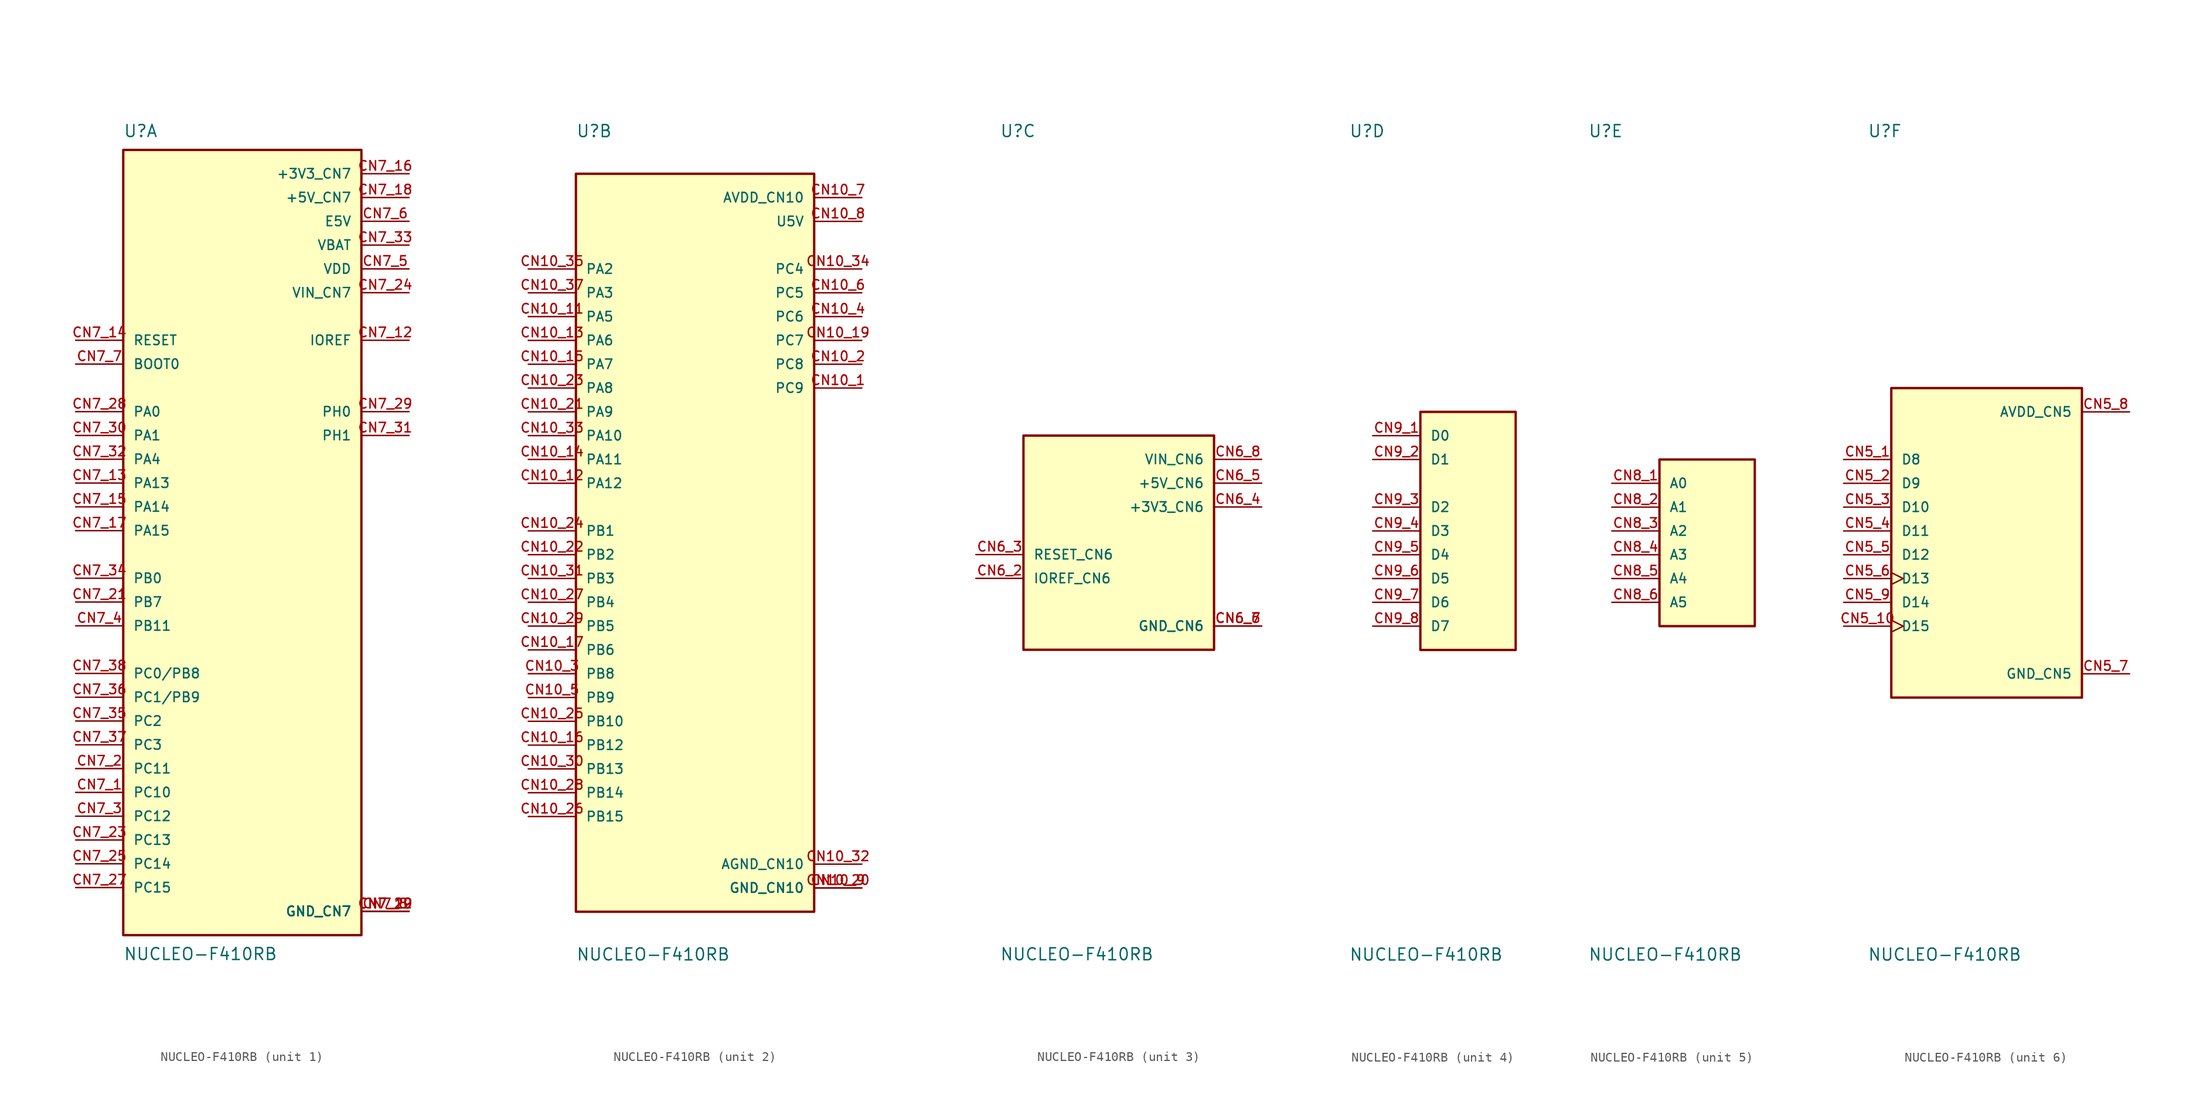
<source format=kicad_sym>
(kicad_symbol_lib
  (version 20211014)
  (generator kicad_symbol_editor)
  (symbol "NUCLEO-F410RB"
    (pin_names
      (offset 1.016))
    (property "Reference" "U"
      (at -12.7 41.91 0)
      (effects (font (size 1.27 1.27)) (justify bottom left)))
    (property "Value" "NUCLEO-F410RB"
      (at -12.7 -44.45 0.0)
      (effects (font (size 1.27 1.27)) (justify top left)))
    (symbol "NUCLEO-F410RB_1_0"
      (rectangle (start -12.7 -43.18) (end 12.7 40.64) (stroke (width 0.254)) (fill (type background)))
      (pin bidirectional line (at -17.78 -27.94 0) (length 5.08) (name "PC10" (effects (font (size 1.016 1.016)))) (number "CN7_1" (effects (font (size 1.016 1.016)))))
      (pin bidirectional line (at -17.78 -25.4 0) (length 5.08) (name "PC11" (effects (font (size 1.016 1.016)))) (number "CN7_2" (effects (font (size 1.016 1.016)))))
      (pin bidirectional line (at -17.78 -30.48 0) (length 5.08) (name "PC12" (effects (font (size 1.016 1.016)))) (number "CN7_3" (effects (font (size 1.016 1.016)))))
      (pin bidirectional line (at -17.78 -10.16 0) (length 5.08) (name "PB11" (effects (font (size 1.016 1.016)))) (number "CN7_4" (effects (font (size 1.016 1.016)))))
      (pin power_in line (at 17.78 27.94 180.0) (length 5.08) (name "VDD" (effects (font (size 1.016 1.016)))) (number "CN7_5" (effects (font (size 1.016 1.016)))))
      (pin power_in line (at 17.78 33.02 180.0) (length 5.08) (name "E5V" (effects (font (size 1.016 1.016)))) (number "CN7_6" (effects (font (size 1.016 1.016)))))
      (pin bidirectional line (at -17.78 17.78 0) (length 5.08) (name "BOOT0" (effects (font (size 1.016 1.016)))) (number "CN7_7" (effects (font (size 1.016 1.016)))))
      (pin bidirectional line (at 17.78 20.32 180.0) (length 5.08) (name "IOREF" (effects (font (size 1.016 1.016)))) (number "CN7_12" (effects (font (size 1.016 1.016)))))
      (pin bidirectional line (at -17.78 5.08 0) (length 5.08) (name "PA13" (effects (font (size 1.016 1.016)))) (number "CN7_13" (effects (font (size 1.016 1.016)))))
      (pin bidirectional line (at -17.78 20.32 0) (length 5.08) (name "RESET" (effects (font (size 1.016 1.016)))) (number "CN7_14" (effects (font (size 1.016 1.016)))))
      (pin bidirectional line (at -17.78 2.54 0) (length 5.08) (name "PA14" (effects (font (size 1.016 1.016)))) (number "CN7_15" (effects (font (size 1.016 1.016)))))
      (pin power_in line (at 17.78 38.1 180.0) (length 5.08) (name "+3V3_CN7" (effects (font (size 1.016 1.016)))) (number "CN7_16" (effects (font (size 1.016 1.016)))))
      (pin bidirectional line (at -17.78 0.0 0) (length 5.08) (name "PA15" (effects (font (size 1.016 1.016)))) (number "CN7_17" (effects (font (size 1.016 1.016)))))
      (pin power_in line (at 17.78 35.56 180.0) (length 5.08) (name "+5V_CN7" (effects (font (size 1.016 1.016)))) (number "CN7_18" (effects (font (size 1.016 1.016)))))
      (pin power_in line (at 17.78 -40.64 180.0) (length 5.08) (name "GND_CN7" (effects (font (size 1.016 1.016)))) (number "CN7_8" (effects (font (size 1.016 1.016)))))
      (pin power_in line (at 17.78 -40.64 180.0) (length 5.08) (name "GND_CN7" (effects (font (size 1.016 1.016)))) (number "CN7_19" (effects (font (size 1.016 1.016)))))
      (pin power_in line (at 17.78 -40.64 180.0) (length 5.08) (name "GND_CN7" (effects (font (size 1.016 1.016)))) (number "CN7_20" (effects (font (size 1.016 1.016)))))
      (pin power_in line (at 17.78 -40.64 180.0) (length 5.08) (name "GND_CN7" (effects (font (size 1.016 1.016)))) (number "CN7_22" (effects (font (size 1.016 1.016)))))
      (pin bidirectional line (at -17.78 -7.62 0) (length 5.08) (name "PB7" (effects (font (size 1.016 1.016)))) (number "CN7_21" (effects (font (size 1.016 1.016)))))
      (pin bidirectional line (at -17.78 -33.02 0) (length 5.08) (name "PC13" (effects (font (size 1.016 1.016)))) (number "CN7_23" (effects (font (size 1.016 1.016)))))
      (pin power_in line (at 17.78 25.4 180.0) (length 5.08) (name "VIN_CN7" (effects (font (size 1.016 1.016)))) (number "CN7_24" (effects (font (size 1.016 1.016)))))
      (pin bidirectional line (at -17.78 -35.56 0) (length 5.08) (name "PC14" (effects (font (size 1.016 1.016)))) (number "CN7_25" (effects (font (size 1.016 1.016)))))
      (pin bidirectional line (at -17.78 -38.1 0) (length 5.08) (name "PC15" (effects (font (size 1.016 1.016)))) (number "CN7_27" (effects (font (size 1.016 1.016)))))
      (pin bidirectional line (at -17.78 12.7 0) (length 5.08) (name "PA0" (effects (font (size 1.016 1.016)))) (number "CN7_28" (effects (font (size 1.016 1.016)))))
      (pin bidirectional line (at 17.78 12.7 180.0) (length 5.08) (name "PH0" (effects (font (size 1.016 1.016)))) (number "CN7_29" (effects (font (size 1.016 1.016)))))
      (pin bidirectional line (at -17.78 10.16 0) (length 5.08) (name "PA1" (effects (font (size 1.016 1.016)))) (number "CN7_30" (effects (font (size 1.016 1.016)))))
      (pin bidirectional line (at 17.78 10.16 180.0) (length 5.08) (name "PH1" (effects (font (size 1.016 1.016)))) (number "CN7_31" (effects (font (size 1.016 1.016)))))
      (pin bidirectional line (at -17.78 7.62 0) (length 5.08) (name "PA4" (effects (font (size 1.016 1.016)))) (number "CN7_32" (effects (font (size 1.016 1.016)))))
      (pin power_in line (at 17.78 30.48 180.0) (length 5.08) (name "VBAT" (effects (font (size 1.016 1.016)))) (number "CN7_33" (effects (font (size 1.016 1.016)))))
      (pin bidirectional line (at -17.78 -5.08 0) (length 5.08) (name "PB0" (effects (font (size 1.016 1.016)))) (number "CN7_34" (effects (font (size 1.016 1.016)))))
      (pin bidirectional line (at -17.78 -20.32 0) (length 5.08) (name "PC2" (effects (font (size 1.016 1.016)))) (number "CN7_35" (effects (font (size 1.016 1.016)))))
      (pin bidirectional line (at -17.78 -17.78 0) (length 5.08) (name "PC1/PB9" (effects (font (size 1.016 1.016)))) (number "CN7_36" (effects (font (size 1.016 1.016)))))
      (pin bidirectional line (at -17.78 -22.86 0) (length 5.08) (name "PC3" (effects (font (size 1.016 1.016)))) (number "CN7_37" (effects (font (size 1.016 1.016)))))
      (pin bidirectional line (at -17.78 -15.24 0) (length 5.08) (name "PC0/PB8" (effects (font (size 1.016 1.016)))) (number "CN7_38" (effects (font (size 1.016 1.016))))))
    (symbol "NUCLEO-F410RB_2_0"
      (rectangle (start -12.7 -40.64) (end 12.7 38.1) (stroke (width 0.254)) (fill (type background)))
      (pin bidirectional line (at 17.78 15.24 180.0) (length 5.08) (name "PC9" (effects (font (size 1.016 1.016)))) (number "CN10_1" (effects (font (size 1.016 1.016)))))
      (pin bidirectional line (at 17.78 17.78 180.0) (length 5.08) (name "PC8" (effects (font (size 1.016 1.016)))) (number "CN10_2" (effects (font (size 1.016 1.016)))))
      (pin bidirectional line (at -17.78 -15.24 0) (length 5.08) (name "PB8" (effects (font (size 1.016 1.016)))) (number "CN10_3" (effects (font (size 1.016 1.016)))))
      (pin bidirectional line (at 17.78 22.86 180.0) (length 5.08) (name "PC6" (effects (font (size 1.016 1.016)))) (number "CN10_4" (effects (font (size 1.016 1.016)))))
      (pin bidirectional line (at -17.78 -17.78 0) (length 5.08) (name "PB9" (effects (font (size 1.016 1.016)))) (number "CN10_5" (effects (font (size 1.016 1.016)))))
      (pin bidirectional line (at 17.78 25.4 180.0) (length 5.08) (name "PC5" (effects (font (size 1.016 1.016)))) (number "CN10_6" (effects (font (size 1.016 1.016)))))
      (pin power_in line (at 17.78 35.56 180.0) (length 5.08) (name "AVDD_CN10" (effects (font (size 1.016 1.016)))) (number "CN10_7" (effects (font (size 1.016 1.016)))))
      (pin power_in line (at 17.78 33.02 180.0) (length 5.08) (name "U5V" (effects (font (size 1.016 1.016)))) (number "CN10_8" (effects (font (size 1.016 1.016)))))
      (pin power_in line (at 17.78 -38.1 180.0) (length 5.08) (name "GND_CN10" (effects (font (size 1.016 1.016)))) (number "CN10_9" (effects (font (size 1.016 1.016)))))
      (pin power_in line (at 17.78 -38.1 180.0) (length 5.08) (name "GND_CN10" (effects (font (size 1.016 1.016)))) (number "CN10_20" (effects (font (size 1.016 1.016)))))
      (pin bidirectional line (at -17.78 22.86 0) (length 5.08) (name "PA5" (effects (font (size 1.016 1.016)))) (number "CN10_11" (effects (font (size 1.016 1.016)))))
      (pin bidirectional line (at -17.78 5.08 0) (length 5.08) (name "PA12" (effects (font (size 1.016 1.016)))) (number "CN10_12" (effects (font (size 1.016 1.016)))))
      (pin bidirectional line (at -17.78 20.32 0) (length 5.08) (name "PA6" (effects (font (size 1.016 1.016)))) (number "CN10_13" (effects (font (size 1.016 1.016)))))
      (pin bidirectional line (at -17.78 7.62 0) (length 5.08) (name "PA11" (effects (font (size 1.016 1.016)))) (number "CN10_14" (effects (font (size 1.016 1.016)))))
      (pin bidirectional line (at -17.78 17.78 0) (length 5.08) (name "PA7" (effects (font (size 1.016 1.016)))) (number "CN10_15" (effects (font (size 1.016 1.016)))))
      (pin bidirectional line (at -17.78 -22.86 0) (length 5.08) (name "PB12" (effects (font (size 1.016 1.016)))) (number "CN10_16" (effects (font (size 1.016 1.016)))))
      (pin bidirectional line (at -17.78 -12.7 0) (length 5.08) (name "PB6" (effects (font (size 1.016 1.016)))) (number "CN10_17" (effects (font (size 1.016 1.016)))))
      (pin bidirectional line (at 17.78 20.32 180.0) (length 5.08) (name "PC7" (effects (font (size 1.016 1.016)))) (number "CN10_19" (effects (font (size 1.016 1.016)))))
      (pin bidirectional line (at -17.78 12.7 0) (length 5.08) (name "PA9" (effects (font (size 1.016 1.016)))) (number "CN10_21" (effects (font (size 1.016 1.016)))))
      (pin bidirectional line (at -17.78 -2.54 0) (length 5.08) (name "PB2" (effects (font (size 1.016 1.016)))) (number "CN10_22" (effects (font (size 1.016 1.016)))))
      (pin bidirectional line (at -17.78 15.24 0) (length 5.08) (name "PA8" (effects (font (size 1.016 1.016)))) (number "CN10_23" (effects (font (size 1.016 1.016)))))
      (pin bidirectional line (at -17.78 0.0 0) (length 5.08) (name "PB1" (effects (font (size 1.016 1.016)))) (number "CN10_24" (effects (font (size 1.016 1.016)))))
      (pin bidirectional line (at -17.78 -20.32 0) (length 5.08) (name "PB10" (effects (font (size 1.016 1.016)))) (number "CN10_25" (effects (font (size 1.016 1.016)))))
      (pin bidirectional line (at -17.78 -30.48 0) (length 5.08) (name "PB15" (effects (font (size 1.016 1.016)))) (number "CN10_26" (effects (font (size 1.016 1.016)))))
      (pin bidirectional line (at -17.78 -7.62 0) (length 5.08) (name "PB4" (effects (font (size 1.016 1.016)))) (number "CN10_27" (effects (font (size 1.016 1.016)))))
      (pin bidirectional line (at -17.78 -27.94 0) (length 5.08) (name "PB14" (effects (font (size 1.016 1.016)))) (number "CN10_28" (effects (font (size 1.016 1.016)))))
      (pin bidirectional line (at -17.78 -10.16 0) (length 5.08) (name "PB5" (effects (font (size 1.016 1.016)))) (number "CN10_29" (effects (font (size 1.016 1.016)))))
      (pin bidirectional line (at -17.78 -25.4 0) (length 5.08) (name "PB13" (effects (font (size 1.016 1.016)))) (number "CN10_30" (effects (font (size 1.016 1.016)))))
      (pin bidirectional line (at -17.78 -5.08 0) (length 5.08) (name "PB3" (effects (font (size 1.016 1.016)))) (number "CN10_31" (effects (font (size 1.016 1.016)))))
      (pin power_in line (at 17.78 -35.56 180.0) (length 5.08) (name "AGND_CN10" (effects (font (size 1.016 1.016)))) (number "CN10_32" (effects (font (size 1.016 1.016)))))
      (pin bidirectional line (at -17.78 10.16 0) (length 5.08) (name "PA10" (effects (font (size 1.016 1.016)))) (number "CN10_33" (effects (font (size 1.016 1.016)))))
      (pin bidirectional line (at 17.78 27.94 180.0) (length 5.08) (name "PC4" (effects (font (size 1.016 1.016)))) (number "CN10_34" (effects (font (size 1.016 1.016)))))
      (pin bidirectional line (at -17.78 27.94 0) (length 5.08) (name "PA2" (effects (font (size 1.016 1.016)))) (number "CN10_35" (effects (font (size 1.016 1.016)))))
      (pin bidirectional line (at -17.78 25.4 0) (length 5.08) (name "PA3" (effects (font (size 1.016 1.016)))) (number "CN10_37" (effects (font (size 1.016 1.016))))))
    (symbol "NUCLEO-F410RB_3_0"
      (rectangle (start -10.16 -12.7) (end 10.16 10.16) (stroke (width 0.254)) (fill (type background)))
      (pin bidirectional line (at -15.24 -5.08 0) (length 5.08) (name "IOREF_CN6" (effects (font (size 1.016 1.016)))) (number "CN6_2" (effects (font (size 1.016 1.016)))))
      (pin bidirectional line (at -15.24 -2.54 0) (length 5.08) (name "RESET_CN6" (effects (font (size 1.016 1.016)))) (number "CN6_3" (effects (font (size 1.016 1.016)))))
      (pin power_in line (at 15.24 2.54 180.0) (length 5.08) (name "+3V3_CN6" (effects (font (size 1.016 1.016)))) (number "CN6_4" (effects (font (size 1.016 1.016)))))
      (pin power_in line (at 15.24 5.08 180.0) (length 5.08) (name "+5V_CN6" (effects (font (size 1.016 1.016)))) (number "CN6_5" (effects (font (size 1.016 1.016)))))
      (pin power_in line (at 15.24 -10.16 180.0) (length 5.08) (name "GND_CN6" (effects (font (size 1.016 1.016)))) (number "CN6_6" (effects (font (size 1.016 1.016)))))
      (pin power_in line (at 15.24 -10.16 180.0) (length 5.08) (name "GND_CN6" (effects (font (size 1.016 1.016)))) (number "CN6_7" (effects (font (size 1.016 1.016)))))
      (pin power_in line (at 15.24 7.62 180.0) (length 5.08) (name "VIN_CN6" (effects (font (size 1.016 1.016)))) (number "CN6_8" (effects (font (size 1.016 1.016))))))
    (symbol "NUCLEO-F410RB_4_0"
      (rectangle (start -5.08 -12.7) (end 5.08 12.7) (stroke (width 0.254)) (fill (type background)))
      (pin input line (at -10.16 10.16 0) (length 5.08) (name "D0" (effects (font (size 1.016 1.016)))) (number "CN9_1" (effects (font (size 1.016 1.016)))))
      (pin output line (at -10.16 7.62 0) (length 5.08) (name "D1" (effects (font (size 1.016 1.016)))) (number "CN9_2" (effects (font (size 1.016 1.016)))))
      (pin bidirectional line (at -10.16 2.54 0) (length 5.08) (name "D2" (effects (font (size 1.016 1.016)))) (number "CN9_3" (effects (font (size 1.016 1.016)))))
      (pin bidirectional line (at -10.16 0.0 0) (length 5.08) (name "D3" (effects (font (size 1.016 1.016)))) (number "CN9_4" (effects (font (size 1.016 1.016)))))
      (pin bidirectional line (at -10.16 -2.54 0) (length 5.08) (name "D4" (effects (font (size 1.016 1.016)))) (number "CN9_5" (effects (font (size 1.016 1.016)))))
      (pin bidirectional line (at -10.16 -5.08 0) (length 5.08) (name "D5" (effects (font (size 1.016 1.016)))) (number "CN9_6" (effects (font (size 1.016 1.016)))))
      (pin bidirectional line (at -10.16 -7.62 0) (length 5.08) (name "D6" (effects (font (size 1.016 1.016)))) (number "CN9_7" (effects (font (size 1.016 1.016)))))
      (pin bidirectional line (at -10.16 -10.16 0) (length 5.08) (name "D7" (effects (font (size 1.016 1.016)))) (number "CN9_8" (effects (font (size 1.016 1.016))))))
    (symbol "NUCLEO-F410RB_5_0"
      (rectangle (start -5.08 -10.16) (end 5.08 7.62) (stroke (width 0.254)) (fill (type background)))
      (pin input line (at -10.16 5.08 0) (length 5.08) (name "A0" (effects (font (size 1.016 1.016)))) (number "CN8_1" (effects (font (size 1.016 1.016)))))
      (pin input line (at -10.16 2.54 0) (length 5.08) (name "A1" (effects (font (size 1.016 1.016)))) (number "CN8_2" (effects (font (size 1.016 1.016)))))
      (pin input line (at -10.16 0.0 0) (length 5.08) (name "A2" (effects (font (size 1.016 1.016)))) (number "CN8_3" (effects (font (size 1.016 1.016)))))
      (pin input line (at -10.16 -2.54 0) (length 5.08) (name "A3" (effects (font (size 1.016 1.016)))) (number "CN8_4" (effects (font (size 1.016 1.016)))))
      (pin input line (at -10.16 -5.08 0) (length 5.08) (name "A4" (effects (font (size 1.016 1.016)))) (number "CN8_5" (effects (font (size 1.016 1.016)))))
      (pin input line (at -10.16 -7.62 0) (length 5.08) (name "A5" (effects (font (size 1.016 1.016)))) (number "CN8_6" (effects (font (size 1.016 1.016))))))
    (symbol "NUCLEO-F410RB_6_0"
      (rectangle (start -10.16 -17.78) (end 10.16 15.24) (stroke (width 0.254)) (fill (type background)))
      (pin bidirectional line (at -15.24 7.62 0) (length 5.08) (name "D8" (effects (font (size 1.016 1.016)))) (number "CN5_1" (effects (font (size 1.016 1.016)))))
      (pin bidirectional line (at -15.24 5.08 0) (length 5.08) (name "D9" (effects (font (size 1.016 1.016)))) (number "CN5_2" (effects (font (size 1.016 1.016)))))
      (pin bidirectional line (at -15.24 2.54 0) (length 5.08) (name "D10" (effects (font (size 1.016 1.016)))) (number "CN5_3" (effects (font (size 1.016 1.016)))))
      (pin bidirectional line (at -15.24 0.0 0) (length 5.08) (name "D11" (effects (font (size 1.016 1.016)))) (number "CN5_4" (effects (font (size 1.016 1.016)))))
      (pin bidirectional line (at -15.24 -2.54 0) (length 5.08) (name "D12" (effects (font (size 1.016 1.016)))) (number "CN5_5" (effects (font (size 1.016 1.016)))))
      (pin bidirectional clock (at -15.24 -5.08 0) (length 5.08) (name "D13" (effects (font (size 1.016 1.016)))) (number "CN5_6" (effects (font (size 1.016 1.016)))))
      (pin power_in line (at 15.24 -15.24 180.0) (length 5.08) (name "GND_CN5" (effects (font (size 1.016 1.016)))) (number "CN5_7" (effects (font (size 1.016 1.016)))))
      (pin power_in line (at 15.24 12.7 180.0) (length 5.08) (name "AVDD_CN5" (effects (font (size 1.016 1.016)))) (number "CN5_8" (effects (font (size 1.016 1.016)))))
      (pin bidirectional line (at -15.24 -7.62 0) (length 5.08) (name "D14" (effects (font (size 1.016 1.016)))) (number "CN5_9" (effects (font (size 1.016 1.016)))))
      (pin bidirectional clock (at -15.24 -10.16 0) (length 5.08) (name "D15" (effects (font (size 1.016 1.016)))) (number "CN5_10" (effects (font (size 1.016 1.016))))))))
</source>
